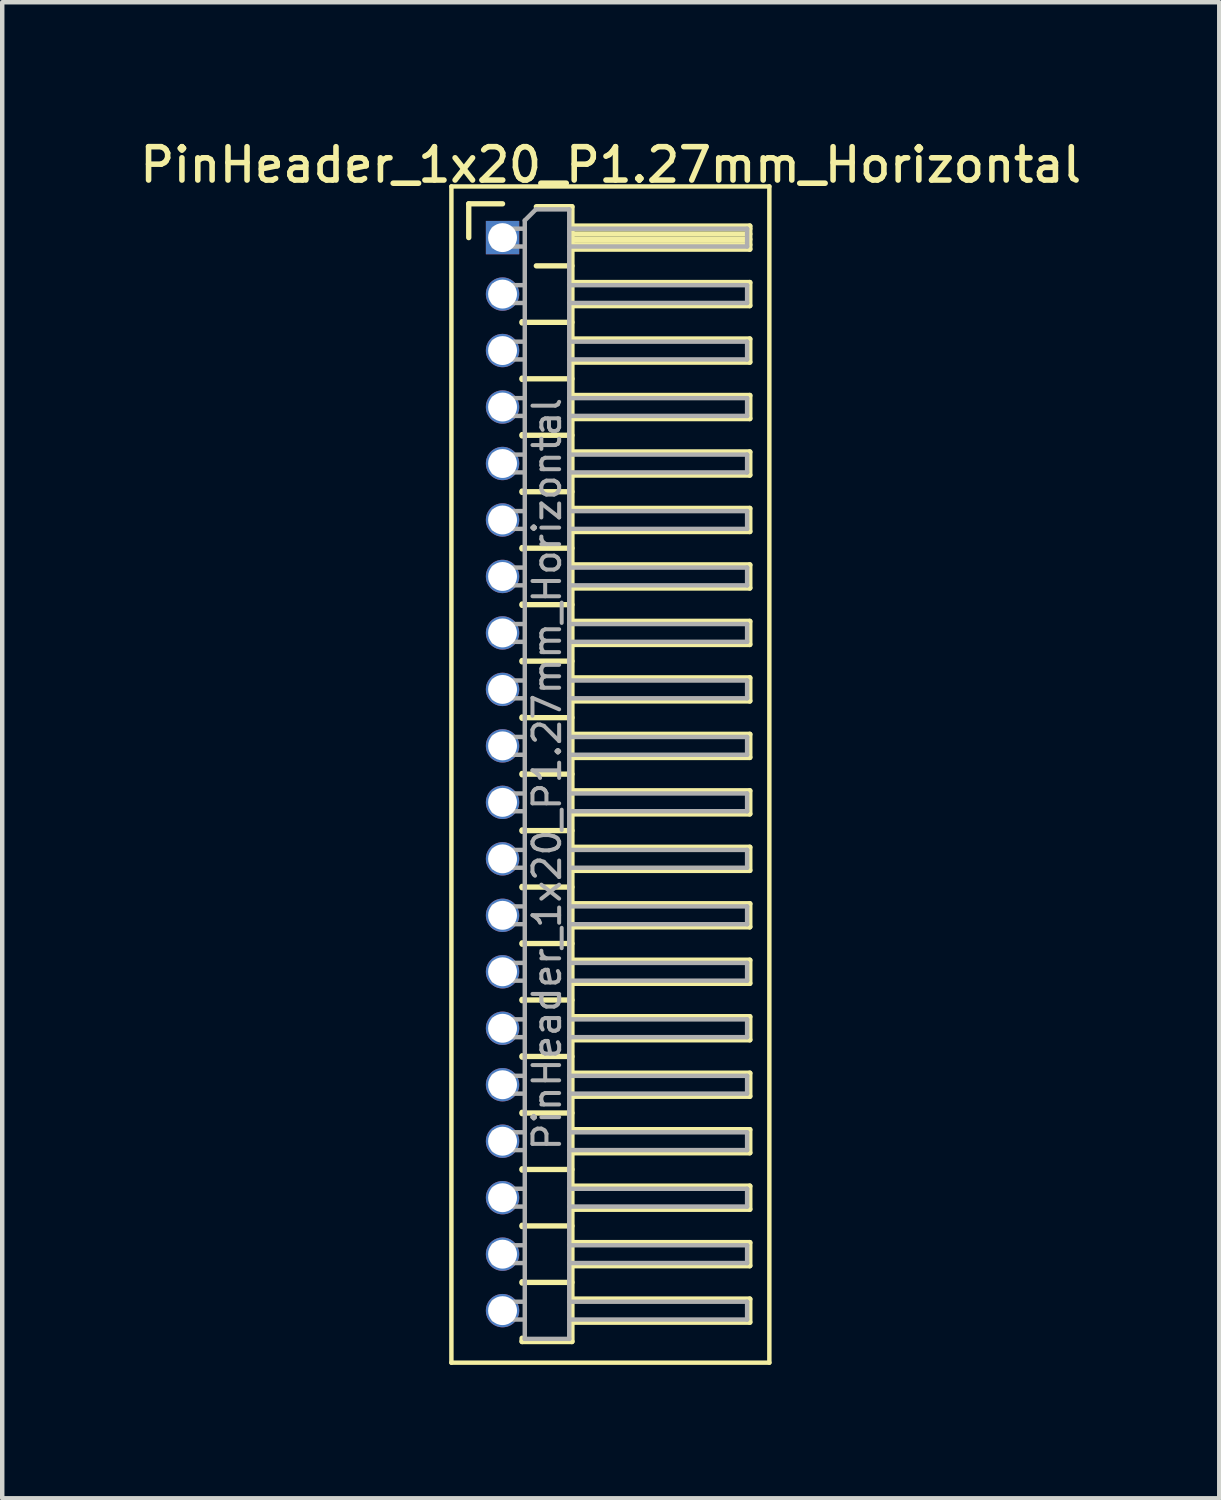
<source format=kicad_pcb>
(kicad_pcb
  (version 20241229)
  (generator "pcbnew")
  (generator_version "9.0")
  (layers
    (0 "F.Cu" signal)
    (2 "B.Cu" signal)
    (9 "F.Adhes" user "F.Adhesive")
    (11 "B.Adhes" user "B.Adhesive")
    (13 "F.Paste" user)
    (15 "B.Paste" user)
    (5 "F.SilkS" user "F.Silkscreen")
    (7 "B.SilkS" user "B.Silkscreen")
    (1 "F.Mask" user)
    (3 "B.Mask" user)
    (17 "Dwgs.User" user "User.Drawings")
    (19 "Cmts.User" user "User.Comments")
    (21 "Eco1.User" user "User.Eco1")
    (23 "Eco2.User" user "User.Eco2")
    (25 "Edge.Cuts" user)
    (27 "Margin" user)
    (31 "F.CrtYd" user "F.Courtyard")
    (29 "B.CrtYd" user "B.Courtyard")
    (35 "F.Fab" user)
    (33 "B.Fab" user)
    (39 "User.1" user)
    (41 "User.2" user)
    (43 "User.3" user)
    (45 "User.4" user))
  (footprint "PinHeader_1x20_P1.27mm_Horizontal"
    (layer "F.Cu")
    (at 8.251 2.293)
    (property "Reference" "PinHeader_1x20_P1.27mm_Horizontal" (at 2.433 -1.635 0) (layer "F.SilkS") (effects (font (size 0.75 0.75) (thickness 0.125))))
    (attr through_hole)
    (fp_line (start -1.15 -1.15) (end -1.15 25.3) (stroke (width 0.1) (type solid)) (layer "F.SilkS"))
    (fp_line (start -1.15 25.3) (end 6 25.3) (stroke (width 0.1) (type solid)) (layer "F.SilkS"))
    (fp_line (start -0.76 -0.76) (end 0 -0.76) (stroke (width 0.12) (type solid)) (layer "F.SilkS"))
    (fp_line (start -0.76 0) (end -0.76 -0.76) (stroke (width 0.12) (type solid)) (layer "F.SilkS"))
    (fp_line (start 0.44 1.89) (end 0.44 1.92) (stroke (width 0.12) (type solid)) (layer "F.SilkS"))
    (fp_line (start 0.44 1.905) (end 1.56 1.905) (stroke (width 0.12) (type solid)) (layer "F.SilkS"))
    (fp_line (start 0.44 3.16) (end 0.44 3.19) (stroke (width 0.12) (type solid)) (layer "F.SilkS"))
    (fp_line (start 0.44 3.175) (end 1.56 3.175) (stroke (width 0.12) (type solid)) (layer "F.SilkS"))
    (fp_line (start 0.44 4.43) (end 0.44 4.46) (stroke (width 0.12) (type solid)) (layer "F.SilkS"))
    (fp_line (start 0.44 4.445) (end 1.56 4.445) (stroke (width 0.12) (type solid)) (layer "F.SilkS"))
    (fp_line (start 0.44 5.7) (end 0.44 5.73) (stroke (width 0.12) (type solid)) (layer "F.SilkS"))
    (fp_line (start 0.44 5.715) (end 1.56 5.715) (stroke (width 0.12) (type solid)) (layer "F.SilkS"))
    (fp_line (start 0.44 6.97) (end 0.44 7) (stroke (width 0.12) (type solid)) (layer "F.SilkS"))
    (fp_line (start 0.44 6.985) (end 1.56 6.985) (stroke (width 0.12) (type solid)) (layer "F.SilkS"))
    (fp_line (start 0.44 8.24) (end 0.44 8.27) (stroke (width 0.12) (type solid)) (layer "F.SilkS"))
    (fp_line (start 0.44 8.255) (end 1.56 8.255) (stroke (width 0.12) (type solid)) (layer "F.SilkS"))
    (fp_line (start 0.44 9.51) (end 0.44 9.54) (stroke (width 0.12) (type solid)) (layer "F.SilkS"))
    (fp_line (start 0.44 9.525) (end 1.56 9.525) (stroke (width 0.12) (type solid)) (layer "F.SilkS"))
    (fp_line (start 0.44 10.78) (end 0.44 10.81) (stroke (width 0.12) (type solid)) (layer "F.SilkS"))
    (fp_line (start 0.44 10.795) (end 1.56 10.795) (stroke (width 0.12) (type solid)) (layer "F.SilkS"))
    (fp_line (start 0.44 12.05) (end 0.44 12.08) (stroke (width 0.12) (type solid)) (layer "F.SilkS"))
    (fp_line (start 0.44 12.065) (end 1.56 12.065) (stroke (width 0.12) (type solid)) (layer "F.SilkS"))
    (fp_line (start 0.44 13.32) (end 0.44 13.35) (stroke (width 0.12) (type solid)) (layer "F.SilkS"))
    (fp_line (start 0.44 13.335) (end 1.56 13.335) (stroke (width 0.12) (type solid)) (layer "F.SilkS"))
    (fp_line (start 0.44 14.59) (end 0.44 14.62) (stroke (width 0.12) (type solid)) (layer "F.SilkS"))
    (fp_line (start 0.44 14.605) (end 1.56 14.605) (stroke (width 0.12) (type solid)) (layer "F.SilkS"))
    (fp_line (start 0.44 15.86) (end 0.44 15.89) (stroke (width 0.12) (type solid)) (layer "F.SilkS"))
    (fp_line (start 0.44 15.875) (end 1.56 15.875) (stroke (width 0.12) (type solid)) (layer "F.SilkS"))
    (fp_line (start 0.44 17.13) (end 0.44 17.16) (stroke (width 0.12) (type solid)) (layer "F.SilkS"))
    (fp_line (start 0.44 17.145) (end 1.56 17.145) (stroke (width 0.12) (type solid)) (layer "F.SilkS"))
    (fp_line (start 0.44 18.4) (end 0.44 18.43) (stroke (width 0.12) (type solid)) (layer "F.SilkS"))
    (fp_line (start 0.44 18.415) (end 1.56 18.415) (stroke (width 0.12) (type solid)) (layer "F.SilkS"))
    (fp_line (start 0.44 19.67) (end 0.44 19.7) (stroke (width 0.12) (type solid)) (layer "F.SilkS"))
    (fp_line (start 0.44 19.685) (end 1.56 19.685) (stroke (width 0.12) (type solid)) (layer "F.SilkS"))
    (fp_line (start 0.44 20.94) (end 0.44 20.97) (stroke (width 0.12) (type solid)) (layer "F.SilkS"))
    (fp_line (start 0.44 20.955) (end 1.56 20.955) (stroke (width 0.12) (type solid)) (layer "F.SilkS"))
    (fp_line (start 0.44 22.21) (end 0.44 22.24) (stroke (width 0.12) (type solid)) (layer "F.SilkS"))
    (fp_line (start 0.44 22.225) (end 1.56 22.225) (stroke (width 0.12) (type solid)) (layer "F.SilkS"))
    (fp_line (start 0.44 23.48) (end 0.44 23.51) (stroke (width 0.12) (type solid)) (layer "F.SilkS"))
    (fp_line (start 0.44 23.495) (end 1.56 23.495) (stroke (width 0.12) (type solid)) (layer "F.SilkS"))
    (fp_line (start 0.44 24.825) (end 0.44 24.75) (stroke (width 0.12) (type solid)) (layer "F.SilkS"))
    (fp_line (start 0.76 -0.695) (end 1.56 -0.695) (stroke (width 0.12) (type solid)) (layer "F.SilkS"))
    (fp_line (start 0.76 0.635) (end 1.56 0.635) (stroke (width 0.12) (type solid)) (layer "F.SilkS"))
    (fp_line (start 1.56 -0.695) (end 1.56 24.825) (stroke (width 0.12) (type solid)) (layer "F.SilkS"))
    (fp_line (start 1.56 -0.26) (end 5.56 -0.26) (stroke (width 0.12) (type solid)) (layer "F.SilkS"))
    (fp_line (start 1.56 -0.2) (end 5.56 -0.2) (stroke (width 0.12) (type solid)) (layer "F.SilkS"))
    (fp_line (start 1.56 -0.08) (end 5.56 -0.08) (stroke (width 0.12) (type solid)) (layer "F.SilkS"))
    (fp_line (start 1.56 0.04) (end 5.56 0.04) (stroke (width 0.12) (type solid)) (layer "F.SilkS"))
    (fp_line (start 1.56 0.16) (end 5.56 0.16) (stroke (width 0.12) (type solid)) (layer "F.SilkS"))
    (fp_line (start 1.56 1.01) (end 5.56 1.01) (stroke (width 0.12) (type solid)) (layer "F.SilkS"))
    (fp_line (start 1.56 2.28) (end 5.56 2.28) (stroke (width 0.12) (type solid)) (layer "F.SilkS"))
    (fp_line (start 1.56 3.55) (end 5.56 3.55) (stroke (width 0.12) (type solid)) (layer "F.SilkS"))
    (fp_line (start 1.56 4.82) (end 5.56 4.82) (stroke (width 0.12) (type solid)) (layer "F.SilkS"))
    (fp_line (start 1.56 6.09) (end 5.56 6.09) (stroke (width 0.12) (type solid)) (layer "F.SilkS"))
    (fp_line (start 1.56 7.36) (end 5.56 7.36) (stroke (width 0.12) (type solid)) (layer "F.SilkS"))
    (fp_line (start 1.56 8.63) (end 5.56 8.63) (stroke (width 0.12) (type solid)) (layer "F.SilkS"))
    (fp_line (start 1.56 9.9) (end 5.56 9.9) (stroke (width 0.12) (type solid)) (layer "F.SilkS"))
    (fp_line (start 1.56 11.17) (end 5.56 11.17) (stroke (width 0.12) (type solid)) (layer "F.SilkS"))
    (fp_line (start 1.56 12.44) (end 5.56 12.44) (stroke (width 0.12) (type solid)) (layer "F.SilkS"))
    (fp_line (start 1.56 13.71) (end 5.56 13.71) (stroke (width 0.12) (type solid)) (layer "F.SilkS"))
    (fp_line (start 1.56 14.98) (end 5.56 14.98) (stroke (width 0.12) (type solid)) (layer "F.SilkS"))
    (fp_line (start 1.56 16.25) (end 5.56 16.25) (stroke (width 0.12) (type solid)) (layer "F.SilkS"))
    (fp_line (start 1.56 17.52) (end 5.56 17.52) (stroke (width 0.12) (type solid)) (layer "F.SilkS"))
    (fp_line (start 1.56 18.79) (end 5.56 18.79) (stroke (width 0.12) (type solid)) (layer "F.SilkS"))
    (fp_line (start 1.56 20.06) (end 5.56 20.06) (stroke (width 0.12) (type solid)) (layer "F.SilkS"))
    (fp_line (start 1.56 21.33) (end 5.56 21.33) (stroke (width 0.12) (type solid)) (layer "F.SilkS"))
    (fp_line (start 1.56 22.6) (end 5.56 22.6) (stroke (width 0.12) (type solid)) (layer "F.SilkS"))
    (fp_line (start 1.56 23.87) (end 5.56 23.87) (stroke (width 0.12) (type solid)) (layer "F.SilkS"))
    (fp_line (start 1.56 24.825) (end 0.44 24.825) (stroke (width 0.12) (type solid)) (layer "F.SilkS"))
    (fp_line (start 5.56 -0.26) (end 5.56 0.26) (stroke (width 0.12) (type solid)) (layer "F.SilkS"))
    (fp_line (start 5.56 0.26) (end 1.56 0.26) (stroke (width 0.12) (type solid)) (layer "F.SilkS"))
    (fp_line (start 5.56 1.01) (end 5.56 1.53) (stroke (width 0.12) (type solid)) (layer "F.SilkS"))
    (fp_line (start 5.56 1.53) (end 1.56 1.53) (stroke (width 0.12) (type solid)) (layer "F.SilkS"))
    (fp_line (start 5.56 2.28) (end 5.56 2.8) (stroke (width 0.12) (type solid)) (layer "F.SilkS"))
    (fp_line (start 5.56 2.8) (end 1.56 2.8) (stroke (width 0.12) (type solid)) (layer "F.SilkS"))
    (fp_line (start 5.56 3.55) (end 5.56 4.07) (stroke (width 0.12) (type solid)) (layer "F.SilkS"))
    (fp_line (start 5.56 4.07) (end 1.56 4.07) (stroke (width 0.12) (type solid)) (layer "F.SilkS"))
    (fp_line (start 5.56 4.82) (end 5.56 5.34) (stroke (width 0.12) (type solid)) (layer "F.SilkS"))
    (fp_line (start 5.56 5.34) (end 1.56 5.34) (stroke (width 0.12) (type solid)) (layer "F.SilkS"))
    (fp_line (start 5.56 6.09) (end 5.56 6.61) (stroke (width 0.12) (type solid)) (layer "F.SilkS"))
    (fp_line (start 5.56 6.61) (end 1.56 6.61) (stroke (width 0.12) (type solid)) (layer "F.SilkS"))
    (fp_line (start 5.56 7.36) (end 5.56 7.88) (stroke (width 0.12) (type solid)) (layer "F.SilkS"))
    (fp_line (start 5.56 7.88) (end 1.56 7.88) (stroke (width 0.12) (type solid)) (layer "F.SilkS"))
    (fp_line (start 5.56 8.63) (end 5.56 9.15) (stroke (width 0.12) (type solid)) (layer "F.SilkS"))
    (fp_line (start 5.56 9.15) (end 1.56 9.15) (stroke (width 0.12) (type solid)) (layer "F.SilkS"))
    (fp_line (start 5.56 9.9) (end 5.56 10.42) (stroke (width 0.12) (type solid)) (layer "F.SilkS"))
    (fp_line (start 5.56 10.42) (end 1.56 10.42) (stroke (width 0.12) (type solid)) (layer "F.SilkS"))
    (fp_line (start 5.56 11.17) (end 5.56 11.69) (stroke (width 0.12) (type solid)) (layer "F.SilkS"))
    (fp_line (start 5.56 11.69) (end 1.56 11.69) (stroke (width 0.12) (type solid)) (layer "F.SilkS"))
    (fp_line (start 5.56 12.44) (end 5.56 12.96) (stroke (width 0.12) (type solid)) (layer "F.SilkS"))
    (fp_line (start 5.56 12.96) (end 1.56 12.96) (stroke (width 0.12) (type solid)) (layer "F.SilkS"))
    (fp_line (start 5.56 13.71) (end 5.56 14.23) (stroke (width 0.12) (type solid)) (layer "F.SilkS"))
    (fp_line (start 5.56 14.23) (end 1.56 14.23) (stroke (width 0.12) (type solid)) (layer "F.SilkS"))
    (fp_line (start 5.56 14.98) (end 5.56 15.5) (stroke (width 0.12) (type solid)) (layer "F.SilkS"))
    (fp_line (start 5.56 15.5) (end 1.56 15.5) (stroke (width 0.12) (type solid)) (layer "F.SilkS"))
    (fp_line (start 5.56 16.25) (end 5.56 16.77) (stroke (width 0.12) (type solid)) (layer "F.SilkS"))
    (fp_line (start 5.56 16.77) (end 1.56 16.77) (stroke (width 0.12) (type solid)) (layer "F.SilkS"))
    (fp_line (start 5.56 17.52) (end 5.56 18.04) (stroke (width 0.12) (type solid)) (layer "F.SilkS"))
    (fp_line (start 5.56 18.04) (end 1.56 18.04) (stroke (width 0.12) (type solid)) (layer "F.SilkS"))
    (fp_line (start 5.56 18.79) (end 5.56 19.31) (stroke (width 0.12) (type solid)) (layer "F.SilkS"))
    (fp_line (start 5.56 19.31) (end 1.56 19.31) (stroke (width 0.12) (type solid)) (layer "F.SilkS"))
    (fp_line (start 5.56 20.06) (end 5.56 20.58) (stroke (width 0.12) (type solid)) (layer "F.SilkS"))
    (fp_line (start 5.56 20.58) (end 1.56 20.58) (stroke (width 0.12) (type solid)) (layer "F.SilkS"))
    (fp_line (start 5.56 21.33) (end 5.56 21.85) (stroke (width 0.12) (type solid)) (layer "F.SilkS"))
    (fp_line (start 5.56 21.85) (end 1.56 21.85) (stroke (width 0.12) (type solid)) (layer "F.SilkS"))
    (fp_line (start 5.56 22.6) (end 5.56 23.12) (stroke (width 0.12) (type solid)) (layer "F.SilkS"))
    (fp_line (start 5.56 23.12) (end 1.56 23.12) (stroke (width 0.12) (type solid)) (layer "F.SilkS"))
    (fp_line (start 5.56 23.87) (end 5.56 24.39) (stroke (width 0.12) (type solid)) (layer "F.SilkS"))
    (fp_line (start 5.56 24.39) (end 1.56 24.39) (stroke (width 0.12) (type solid)) (layer "F.SilkS"))
    (fp_line (start 6 -1.15) (end -1.15 -1.15) (stroke (width 0.1) (type solid)) (layer "F.SilkS"))
    (fp_line (start 6 25.3) (end 6 -1.15) (stroke (width 0.1) (type solid)) (layer "F.SilkS"))
    (fp_line (start -0.2 -0.2) (end -0.2 0.2) (stroke (width 0.1) (type solid)) (layer "F.Fab"))
    (fp_line (start -0.2 -0.2) (end 0.5 -0.2) (stroke (width 0.1) (type solid)) (layer "F.Fab"))
    (fp_line (start -0.2 0.2) (end 0.5 0.2) (stroke (width 0.1) (type solid)) (layer "F.Fab"))
    (fp_line (start -0.2 1.07) (end -0.2 1.47) (stroke (width 0.1) (type solid)) (layer "F.Fab"))
    (fp_line (start -0.2 1.07) (end 0.5 1.07) (stroke (width 0.1) (type solid)) (layer "F.Fab"))
    (fp_line (start -0.2 1.47) (end 0.5 1.47) (stroke (width 0.1) (type solid)) (layer "F.Fab"))
    (fp_line (start -0.2 2.34) (end -0.2 2.74) (stroke (width 0.1) (type solid)) (layer "F.Fab"))
    (fp_line (start -0.2 2.34) (end 0.5 2.34) (stroke (width 0.1) (type solid)) (layer "F.Fab"))
    (fp_line (start -0.2 2.74) (end 0.5 2.74) (stroke (width 0.1) (type solid)) (layer "F.Fab"))
    (fp_line (start -0.2 3.61) (end -0.2 4.01) (stroke (width 0.1) (type solid)) (layer "F.Fab"))
    (fp_line (start -0.2 3.61) (end 0.5 3.61) (stroke (width 0.1) (type solid)) (layer "F.Fab"))
    (fp_line (start -0.2 4.01) (end 0.5 4.01) (stroke (width 0.1) (type solid)) (layer "F.Fab"))
    (fp_line (start -0.2 4.88) (end -0.2 5.28) (stroke (width 0.1) (type solid)) (layer "F.Fab"))
    (fp_line (start -0.2 4.88) (end 0.5 4.88) (stroke (width 0.1) (type solid)) (layer "F.Fab"))
    (fp_line (start -0.2 5.28) (end 0.5 5.28) (stroke (width 0.1) (type solid)) (layer "F.Fab"))
    (fp_line (start -0.2 6.15) (end -0.2 6.55) (stroke (width 0.1) (type solid)) (layer "F.Fab"))
    (fp_line (start -0.2 6.15) (end 0.5 6.15) (stroke (width 0.1) (type solid)) (layer "F.Fab"))
    (fp_line (start -0.2 6.55) (end 0.5 6.55) (stroke (width 0.1) (type solid)) (layer "F.Fab"))
    (fp_line (start -0.2 7.42) (end -0.2 7.82) (stroke (width 0.1) (type solid)) (layer "F.Fab"))
    (fp_line (start -0.2 7.42) (end 0.5 7.42) (stroke (width 0.1) (type solid)) (layer "F.Fab"))
    (fp_line (start -0.2 7.82) (end 0.5 7.82) (stroke (width 0.1) (type solid)) (layer "F.Fab"))
    (fp_line (start -0.2 8.69) (end -0.2 9.09) (stroke (width 0.1) (type solid)) (layer "F.Fab"))
    (fp_line (start -0.2 8.69) (end 0.5 8.69) (stroke (width 0.1) (type solid)) (layer "F.Fab"))
    (fp_line (start -0.2 9.09) (end 0.5 9.09) (stroke (width 0.1) (type solid)) (layer "F.Fab"))
    (fp_line (start -0.2 9.96) (end -0.2 10.36) (stroke (width 0.1) (type solid)) (layer "F.Fab"))
    (fp_line (start -0.2 9.96) (end 0.5 9.96) (stroke (width 0.1) (type solid)) (layer "F.Fab"))
    (fp_line (start -0.2 10.36) (end 0.5 10.36) (stroke (width 0.1) (type solid)) (layer "F.Fab"))
    (fp_line (start -0.2 11.23) (end -0.2 11.63) (stroke (width 0.1) (type solid)) (layer "F.Fab"))
    (fp_line (start -0.2 11.23) (end 0.5 11.23) (stroke (width 0.1) (type solid)) (layer "F.Fab"))
    (fp_line (start -0.2 11.63) (end 0.5 11.63) (stroke (width 0.1) (type solid)) (layer "F.Fab"))
    (fp_line (start -0.2 12.5) (end -0.2 12.9) (stroke (width 0.1) (type solid)) (layer "F.Fab"))
    (fp_line (start -0.2 12.5) (end 0.5 12.5) (stroke (width 0.1) (type solid)) (layer "F.Fab"))
    (fp_line (start -0.2 12.9) (end 0.5 12.9) (stroke (width 0.1) (type solid)) (layer "F.Fab"))
    (fp_line (start -0.2 13.77) (end -0.2 14.17) (stroke (width 0.1) (type solid)) (layer "F.Fab"))
    (fp_line (start -0.2 13.77) (end 0.5 13.77) (stroke (width 0.1) (type solid)) (layer "F.Fab"))
    (fp_line (start -0.2 14.17) (end 0.5 14.17) (stroke (width 0.1) (type solid)) (layer "F.Fab"))
    (fp_line (start -0.2 15.04) (end -0.2 15.44) (stroke (width 0.1) (type solid)) (layer "F.Fab"))
    (fp_line (start -0.2 15.04) (end 0.5 15.04) (stroke (width 0.1) (type solid)) (layer "F.Fab"))
    (fp_line (start -0.2 15.44) (end 0.5 15.44) (stroke (width 0.1) (type solid)) (layer "F.Fab"))
    (fp_line (start -0.2 16.31) (end -0.2 16.71) (stroke (width 0.1) (type solid)) (layer "F.Fab"))
    (fp_line (start -0.2 16.31) (end 0.5 16.31) (stroke (width 0.1) (type solid)) (layer "F.Fab"))
    (fp_line (start -0.2 16.71) (end 0.5 16.71) (stroke (width 0.1) (type solid)) (layer "F.Fab"))
    (fp_line (start -0.2 17.58) (end -0.2 17.98) (stroke (width 0.1) (type solid)) (layer "F.Fab"))
    (fp_line (start -0.2 17.58) (end 0.5 17.58) (stroke (width 0.1) (type solid)) (layer "F.Fab"))
    (fp_line (start -0.2 17.98) (end 0.5 17.98) (stroke (width 0.1) (type solid)) (layer "F.Fab"))
    (fp_line (start -0.2 18.85) (end -0.2 19.25) (stroke (width 0.1) (type solid)) (layer "F.Fab"))
    (fp_line (start -0.2 18.85) (end 0.5 18.85) (stroke (width 0.1) (type solid)) (layer "F.Fab"))
    (fp_line (start -0.2 19.25) (end 0.5 19.25) (stroke (width 0.1) (type solid)) (layer "F.Fab"))
    (fp_line (start -0.2 20.12) (end -0.2 20.52) (stroke (width 0.1) (type solid)) (layer "F.Fab"))
    (fp_line (start -0.2 20.12) (end 0.5 20.12) (stroke (width 0.1) (type solid)) (layer "F.Fab"))
    (fp_line (start -0.2 20.52) (end 0.5 20.52) (stroke (width 0.1) (type solid)) (layer "F.Fab"))
    (fp_line (start -0.2 21.39) (end -0.2 21.79) (stroke (width 0.1) (type solid)) (layer "F.Fab"))
    (fp_line (start -0.2 21.39) (end 0.5 21.39) (stroke (width 0.1) (type solid)) (layer "F.Fab"))
    (fp_line (start -0.2 21.79) (end 0.5 21.79) (stroke (width 0.1) (type solid)) (layer "F.Fab"))
    (fp_line (start -0.2 22.66) (end -0.2 23.06) (stroke (width 0.1) (type solid)) (layer "F.Fab"))
    (fp_line (start -0.2 22.66) (end 0.5 22.66) (stroke (width 0.1) (type solid)) (layer "F.Fab"))
    (fp_line (start -0.2 23.06) (end 0.5 23.06) (stroke (width 0.1) (type solid)) (layer "F.Fab"))
    (fp_line (start -0.2 23.93) (end -0.2 24.33) (stroke (width 0.1) (type solid)) (layer "F.Fab"))
    (fp_line (start -0.2 23.93) (end 0.5 23.93) (stroke (width 0.1) (type solid)) (layer "F.Fab"))
    (fp_line (start -0.2 24.33) (end 0.5 24.33) (stroke (width 0.1) (type solid)) (layer "F.Fab"))
    (fp_line (start 0.5 -0.385) (end 0.75 -0.635) (stroke (width 0.1) (type solid)) (layer "F.Fab"))
    (fp_line (start 0.5 24.765) (end 0.5 -0.385) (stroke (width 0.1) (type solid)) (layer "F.Fab"))
    (fp_line (start 0.75 -0.635) (end 1.5 -0.635) (stroke (width 0.1) (type solid)) (layer "F.Fab"))
    (fp_line (start 1.5 -0.635) (end 1.5 24.765) (stroke (width 0.1) (type solid)) (layer "F.Fab"))
    (fp_line (start 1.5 -0.2) (end 5.5 -0.2) (stroke (width 0.1) (type solid)) (layer "F.Fab"))
    (fp_line (start 1.5 0.2) (end 5.5 0.2) (stroke (width 0.1) (type solid)) (layer "F.Fab"))
    (fp_line (start 1.5 1.07) (end 5.5 1.07) (stroke (width 0.1) (type solid)) (layer "F.Fab"))
    (fp_line (start 1.5 1.47) (end 5.5 1.47) (stroke (width 0.1) (type solid)) (layer "F.Fab"))
    (fp_line (start 1.5 2.34) (end 5.5 2.34) (stroke (width 0.1) (type solid)) (layer "F.Fab"))
    (fp_line (start 1.5 2.74) (end 5.5 2.74) (stroke (width 0.1) (type solid)) (layer "F.Fab"))
    (fp_line (start 1.5 3.61) (end 5.5 3.61) (stroke (width 0.1) (type solid)) (layer "F.Fab"))
    (fp_line (start 1.5 4.01) (end 5.5 4.01) (stroke (width 0.1) (type solid)) (layer "F.Fab"))
    (fp_line (start 1.5 4.88) (end 5.5 4.88) (stroke (width 0.1) (type solid)) (layer "F.Fab"))
    (fp_line (start 1.5 5.28) (end 5.5 5.28) (stroke (width 0.1) (type solid)) (layer "F.Fab"))
    (fp_line (start 1.5 6.15) (end 5.5 6.15) (stroke (width 0.1) (type solid)) (layer "F.Fab"))
    (fp_line (start 1.5 6.55) (end 5.5 6.55) (stroke (width 0.1) (type solid)) (layer "F.Fab"))
    (fp_line (start 1.5 7.42) (end 5.5 7.42) (stroke (width 0.1) (type solid)) (layer "F.Fab"))
    (fp_line (start 1.5 7.82) (end 5.5 7.82) (stroke (width 0.1) (type solid)) (layer "F.Fab"))
    (fp_line (start 1.5 8.69) (end 5.5 8.69) (stroke (width 0.1) (type solid)) (layer "F.Fab"))
    (fp_line (start 1.5 9.09) (end 5.5 9.09) (stroke (width 0.1) (type solid)) (layer "F.Fab"))
    (fp_line (start 1.5 9.96) (end 5.5 9.96) (stroke (width 0.1) (type solid)) (layer "F.Fab"))
    (fp_line (start 1.5 10.36) (end 5.5 10.36) (stroke (width 0.1) (type solid)) (layer "F.Fab"))
    (fp_line (start 1.5 11.23) (end 5.5 11.23) (stroke (width 0.1) (type solid)) (layer "F.Fab"))
    (fp_line (start 1.5 11.63) (end 5.5 11.63) (stroke (width 0.1) (type solid)) (layer "F.Fab"))
    (fp_line (start 1.5 12.5) (end 5.5 12.5) (stroke (width 0.1) (type solid)) (layer "F.Fab"))
    (fp_line (start 1.5 12.9) (end 5.5 12.9) (stroke (width 0.1) (type solid)) (layer "F.Fab"))
    (fp_line (start 1.5 13.77) (end 5.5 13.77) (stroke (width 0.1) (type solid)) (layer "F.Fab"))
    (fp_line (start 1.5 14.17) (end 5.5 14.17) (stroke (width 0.1) (type solid)) (layer "F.Fab"))
    (fp_line (start 1.5 15.04) (end 5.5 15.04) (stroke (width 0.1) (type solid)) (layer "F.Fab"))
    (fp_line (start 1.5 15.44) (end 5.5 15.44) (stroke (width 0.1) (type solid)) (layer "F.Fab"))
    (fp_line (start 1.5 16.31) (end 5.5 16.31) (stroke (width 0.1) (type solid)) (layer "F.Fab"))
    (fp_line (start 1.5 16.71) (end 5.5 16.71) (stroke (width 0.1) (type solid)) (layer "F.Fab"))
    (fp_line (start 1.5 17.58) (end 5.5 17.58) (stroke (width 0.1) (type solid)) (layer "F.Fab"))
    (fp_line (start 1.5 17.98) (end 5.5 17.98) (stroke (width 0.1) (type solid)) (layer "F.Fab"))
    (fp_line (start 1.5 18.85) (end 5.5 18.85) (stroke (width 0.1) (type solid)) (layer "F.Fab"))
    (fp_line (start 1.5 19.25) (end 5.5 19.25) (stroke (width 0.1) (type solid)) (layer "F.Fab"))
    (fp_line (start 1.5 20.12) (end 5.5 20.12) (stroke (width 0.1) (type solid)) (layer "F.Fab"))
    (fp_line (start 1.5 20.52) (end 5.5 20.52) (stroke (width 0.1) (type solid)) (layer "F.Fab"))
    (fp_line (start 1.5 21.39) (end 5.5 21.39) (stroke (width 0.1) (type solid)) (layer "F.Fab"))
    (fp_line (start 1.5 21.79) (end 5.5 21.79) (stroke (width 0.1) (type solid)) (layer "F.Fab"))
    (fp_line (start 1.5 22.66) (end 5.5 22.66) (stroke (width 0.1) (type solid)) (layer "F.Fab"))
    (fp_line (start 1.5 23.06) (end 5.5 23.06) (stroke (width 0.1) (type solid)) (layer "F.Fab"))
    (fp_line (start 1.5 23.93) (end 5.5 23.93) (stroke (width 0.1) (type solid)) (layer "F.Fab"))
    (fp_line (start 1.5 24.33) (end 5.5 24.33) (stroke (width 0.1) (type solid)) (layer "F.Fab"))
    (fp_line (start 1.5 24.765) (end 0.5 24.765) (stroke (width 0.1) (type solid)) (layer "F.Fab"))
    (fp_line (start 5.5 -0.2) (end 5.5 0.2) (stroke (width 0.1) (type solid)) (layer "F.Fab"))
    (fp_line (start 5.5 1.07) (end 5.5 1.47) (stroke (width 0.1) (type solid)) (layer "F.Fab"))
    (fp_line (start 5.5 2.34) (end 5.5 2.74) (stroke (width 0.1) (type solid)) (layer "F.Fab"))
    (fp_line (start 5.5 3.61) (end 5.5 4.01) (stroke (width 0.1) (type solid)) (layer "F.Fab"))
    (fp_line (start 5.5 4.88) (end 5.5 5.28) (stroke (width 0.1) (type solid)) (layer "F.Fab"))
    (fp_line (start 5.5 6.15) (end 5.5 6.55) (stroke (width 0.1) (type solid)) (layer "F.Fab"))
    (fp_line (start 5.5 7.42) (end 5.5 7.82) (stroke (width 0.1) (type solid)) (layer "F.Fab"))
    (fp_line (start 5.5 8.69) (end 5.5 9.09) (stroke (width 0.1) (type solid)) (layer "F.Fab"))
    (fp_line (start 5.5 9.96) (end 5.5 10.36) (stroke (width 0.1) (type solid)) (layer "F.Fab"))
    (fp_line (start 5.5 11.23) (end 5.5 11.63) (stroke (width 0.1) (type solid)) (layer "F.Fab"))
    (fp_line (start 5.5 12.5) (end 5.5 12.9) (stroke (width 0.1) (type solid)) (layer "F.Fab"))
    (fp_line (start 5.5 13.77) (end 5.5 14.17) (stroke (width 0.1) (type solid)) (layer "F.Fab"))
    (fp_line (start 5.5 15.04) (end 5.5 15.44) (stroke (width 0.1) (type solid)) (layer "F.Fab"))
    (fp_line (start 5.5 16.31) (end 5.5 16.71) (stroke (width 0.1) (type solid)) (layer "F.Fab"))
    (fp_line (start 5.5 17.58) (end 5.5 17.98) (stroke (width 0.1) (type solid)) (layer "F.Fab"))
    (fp_line (start 5.5 18.85) (end 5.5 19.25) (stroke (width 0.1) (type solid)) (layer "F.Fab"))
    (fp_line (start 5.5 20.12) (end 5.5 20.52) (stroke (width 0.1) (type solid)) (layer "F.Fab"))
    (fp_line (start 5.5 21.39) (end 5.5 21.79) (stroke (width 0.1) (type solid)) (layer "F.Fab"))
    (fp_line (start 5.5 22.66) (end 5.5 23.06) (stroke (width 0.1) (type solid)) (layer "F.Fab"))
    (fp_line (start 5.5 23.93) (end 5.5 24.33) (stroke (width 0.1) (type solid)) (layer "F.Fab"))
    (fp_text user "${REFERENCE}" (at 1 12.065 90) (layer "F.Fab") (effects (font (size 0.6 0.6) (thickness 0.09))))
    (pad "1" thru_hole rect (at 0 0) (size 0.75 0.75) (drill 0.65) (layers "*.Cu" "*.Mask"))
    (pad "2" thru_hole oval (at 0 1.27) (size 0.75 0.75) (drill 0.65) (layers "*.Cu" "*.Mask"))
    (pad "3" thru_hole oval (at 0 2.54) (size 0.75 0.75) (drill 0.65) (layers "*.Cu" "*.Mask"))
    (pad "4" thru_hole oval (at 0 3.81) (size 0.75 0.75) (drill 0.65) (layers "*.Cu" "*.Mask"))
    (pad "5" thru_hole oval (at 0 5.08) (size 0.75 0.75) (drill 0.65) (layers "*.Cu" "*.Mask"))
    (pad "6" thru_hole oval (at 0 6.35) (size 0.75 0.75) (drill 0.65) (layers "*.Cu" "*.Mask"))
    (pad "7" thru_hole oval (at 0 7.62) (size 0.75 0.75) (drill 0.65) (layers "*.Cu" "*.Mask"))
    (pad "8" thru_hole oval (at 0 8.89) (size 0.75 0.75) (drill 0.65) (layers "*.Cu" "*.Mask"))
    (pad "9" thru_hole oval (at 0 10.16) (size 0.75 0.75) (drill 0.65) (layers "*.Cu" "*.Mask"))
    (pad "10" thru_hole oval (at 0 11.43) (size 0.75 0.75) (drill 0.65) (layers "*.Cu" "*.Mask"))
    (pad "11" thru_hole oval (at 0 12.7) (size 0.75 0.75) (drill 0.65) (layers "*.Cu" "*.Mask"))
    (pad "12" thru_hole oval (at 0 13.97) (size 0.75 0.75) (drill 0.65) (layers "*.Cu" "*.Mask"))
    (pad "13" thru_hole oval (at 0 15.24) (size 0.75 0.75) (drill 0.65) (layers "*.Cu" "*.Mask"))
    (pad "14" thru_hole oval (at 0 16.51) (size 0.75 0.75) (drill 0.65) (layers "*.Cu" "*.Mask"))
    (pad "15" thru_hole oval (at 0 17.78) (size 0.75 0.75) (drill 0.65) (layers "*.Cu" "*.Mask"))
    (pad "16" thru_hole oval (at 0 19.05) (size 0.75 0.75) (drill 0.65) (layers "*.Cu" "*.Mask"))
    (pad "17" thru_hole oval (at 0 20.32) (size 0.75 0.75) (drill 0.65) (layers "*.Cu" "*.Mask"))
    (pad "18" thru_hole oval (at 0 21.59) (size 0.75 0.75) (drill 0.65) (layers "*.Cu" "*.Mask"))
    (pad "19" thru_hole oval (at 0 22.86) (size 0.75 0.75) (drill 0.65) (layers "*.Cu" "*.Mask"))
    (pad "20" thru_hole oval (at 0 24.13) (size 0.75 0.75) (drill 0.65) (layers "*.Cu" "*.Mask")))
  (gr_rect
    (start -3 -3)
    (end 24.368 30.643)
    (stroke (width 0.1) (type default))
    (fill no)
    (layer "Edge.Cuts")))
</source>
